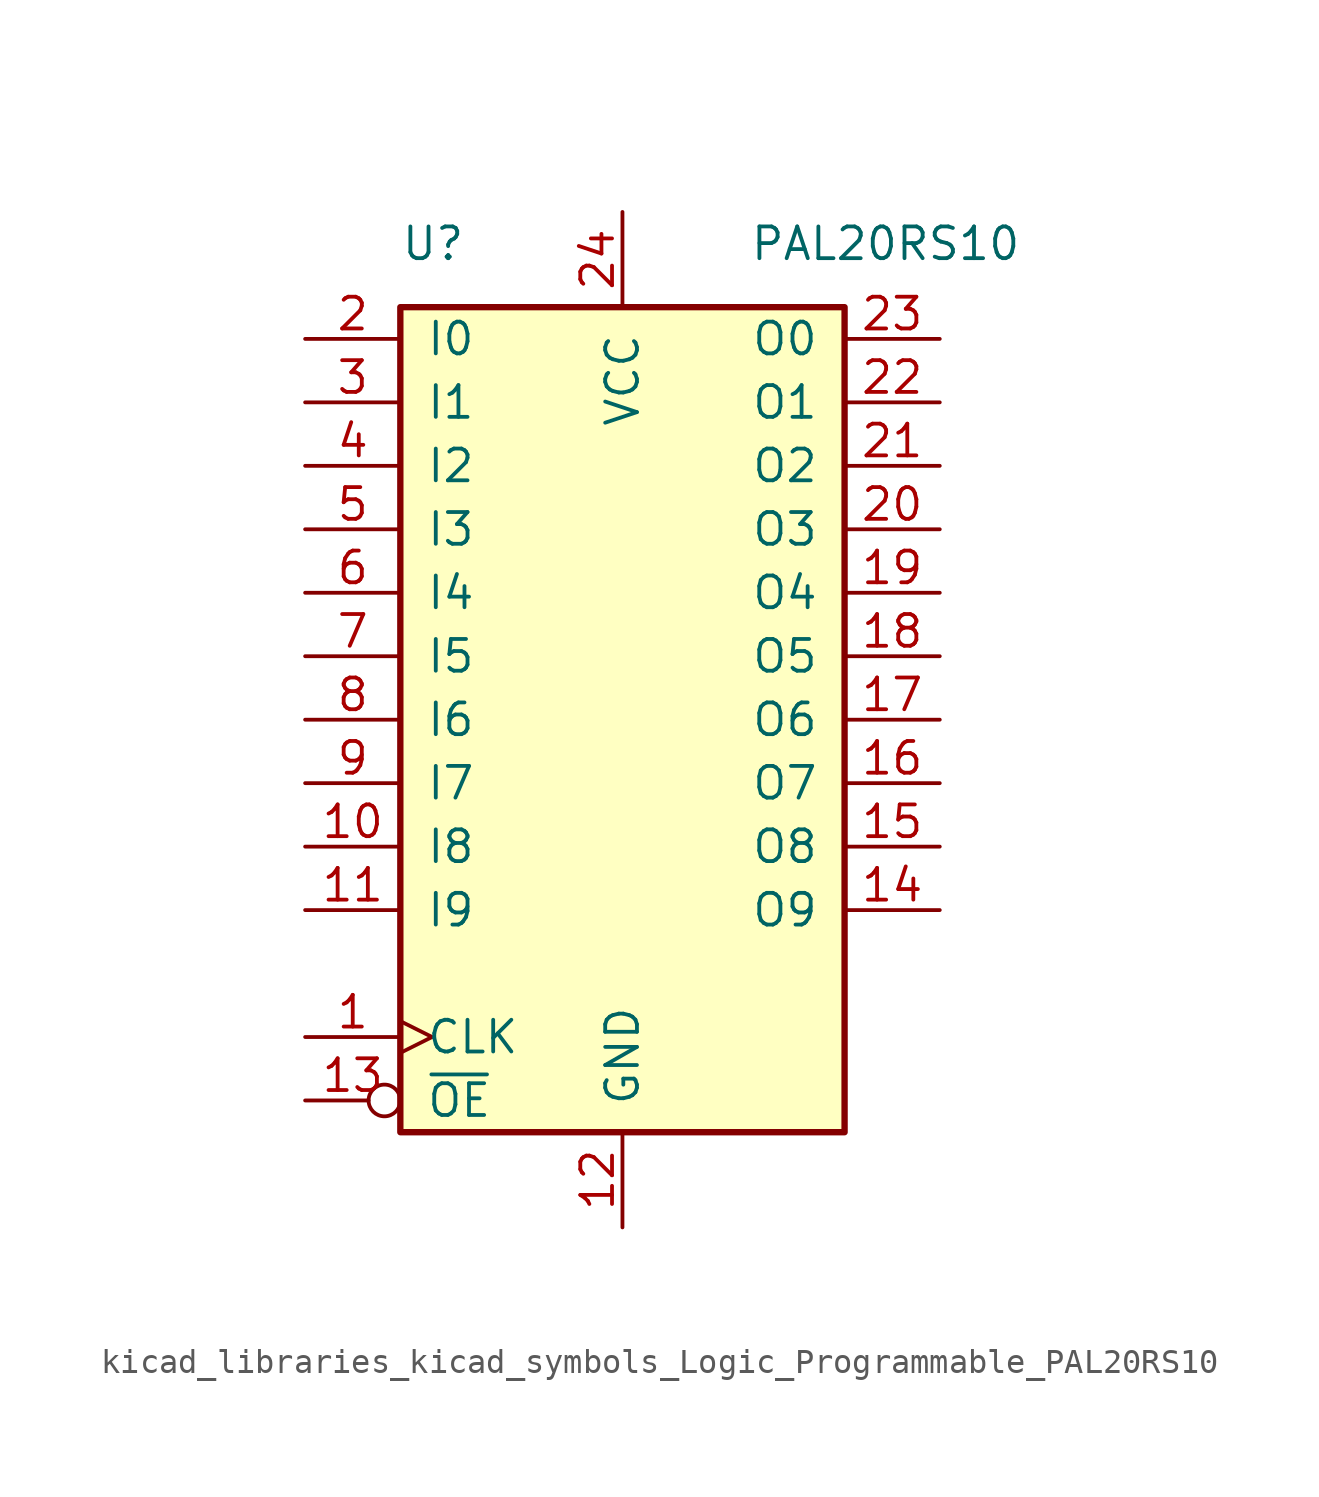
<source format=kicad_sym>
(kicad_symbol_lib
  (version 20220914)
  (generator kicad_symbol_editor)
  (symbol "kicad_libraries_kicad_symbols_Logic_Programmable_PAL20RS10"
    (pin_names
      (offset 1.016))
    (property "Reference" "U"
      (at -8.89 19.05 0)
      (effects (font (size 1.27 1.27)) (justify left)))
    (property "Value" "PAL20RS10"
      (at 5.08 19.05 0)
      (effects (font (size 1.27 1.27)) (justify left)))
    (symbol "kicad_libraries_kicad_symbols_Logic_Programmable_PAL20RS10_0_1"
      (rectangle (start -8.89 -16.51) (end 8.89 16.51) (stroke (width 0.254) (type default)) (fill (type background))))
    (symbol "kicad_libraries_kicad_symbols_Logic_Programmable_PAL20RS10_1_1"
      (pin input clock (at -12.7 -12.7 0) (length 3.81) (name "CLK" (effects (font (size 1.27 1.27)))) (number "1" (effects (font (size 1.27 1.27)))))
      (pin input line (at -12.7 -5.08 0) (length 3.81) (name "I8" (effects (font (size 1.27 1.27)))) (number "10" (effects (font (size 1.27 1.27)))))
      (pin input line (at -12.7 -7.62 0) (length 3.81) (name "I9" (effects (font (size 1.27 1.27)))) (number "11" (effects (font (size 1.27 1.27)))))
      (pin power_in line (at 0 -20.32 90) (length 3.81) (name "GND" (effects (font (size 1.27 1.27)))) (number "12" (effects (font (size 1.27 1.27)))))
      (pin input inverted (at -12.7 -15.24 0) (length 3.81) (name "~{OE}" (effects (font (size 1.27 1.27)))) (number "13" (effects (font (size 1.27 1.27)))))
      (pin output line (at 12.7 -7.62 180) (length 3.81) (name "O9" (effects (font (size 1.27 1.27)))) (number "14" (effects (font (size 1.27 1.27)))))
      (pin output line (at 12.7 -5.08 180) (length 3.81) (name "O8" (effects (font (size 1.27 1.27)))) (number "15" (effects (font (size 1.27 1.27)))))
      (pin output line (at 12.7 -2.54 180) (length 3.81) (name "O7" (effects (font (size 1.27 1.27)))) (number "16" (effects (font (size 1.27 1.27)))))
      (pin output line (at 12.7 0 180) (length 3.81) (name "O6" (effects (font (size 1.27 1.27)))) (number "17" (effects (font (size 1.27 1.27)))))
      (pin output line (at 12.7 2.54 180) (length 3.81) (name "O5" (effects (font (size 1.27 1.27)))) (number "18" (effects (font (size 1.27 1.27)))))
      (pin output line (at 12.7 5.08 180) (length 3.81) (name "O4" (effects (font (size 1.27 1.27)))) (number "19" (effects (font (size 1.27 1.27)))))
      (pin input line (at -12.7 15.24 0) (length 3.81) (name "I0" (effects (font (size 1.27 1.27)))) (number "2" (effects (font (size 1.27 1.27)))))
      (pin output line (at 12.7 7.62 180) (length 3.81) (name "O3" (effects (font (size 1.27 1.27)))) (number "20" (effects (font (size 1.27 1.27)))))
      (pin output line (at 12.7 10.16 180) (length 3.81) (name "O2" (effects (font (size 1.27 1.27)))) (number "21" (effects (font (size 1.27 1.27)))))
      (pin output line (at 12.7 12.7 180) (length 3.81) (name "O1" (effects (font (size 1.27 1.27)))) (number "22" (effects (font (size 1.27 1.27)))))
      (pin output line (at 12.7 15.24 180) (length 3.81) (name "O0" (effects (font (size 1.27 1.27)))) (number "23" (effects (font (size 1.27 1.27)))))
      (pin power_in line (at 0 20.32 270) (length 3.81) (name "VCC" (effects (font (size 1.27 1.27)))) (number "24" (effects (font (size 1.27 1.27)))))
      (pin input line (at -12.7 12.7 0) (length 3.81) (name "I1" (effects (font (size 1.27 1.27)))) (number "3" (effects (font (size 1.27 1.27)))))
      (pin input line (at -12.7 10.16 0) (length 3.81) (name "I2" (effects (font (size 1.27 1.27)))) (number "4" (effects (font (size 1.27 1.27)))))
      (pin input line (at -12.7 7.62 0) (length 3.81) (name "I3" (effects (font (size 1.27 1.27)))) (number "5" (effects (font (size 1.27 1.27)))))
      (pin input line (at -12.7 5.08 0) (length 3.81) (name "I4" (effects (font (size 1.27 1.27)))) (number "6" (effects (font (size 1.27 1.27)))))
      (pin input line (at -12.7 2.54 0) (length 3.81) (name "I5" (effects (font (size 1.27 1.27)))) (number "7" (effects (font (size 1.27 1.27)))))
      (pin input line (at -12.7 0 0) (length 3.81) (name "I6" (effects (font (size 1.27 1.27)))) (number "8" (effects (font (size 1.27 1.27)))))
      (pin input line (at -12.7 -2.54 0) (length 3.81) (name "I7" (effects (font (size 1.27 1.27)))) (number "9" (effects (font (size 1.27 1.27))))))))
</source>
